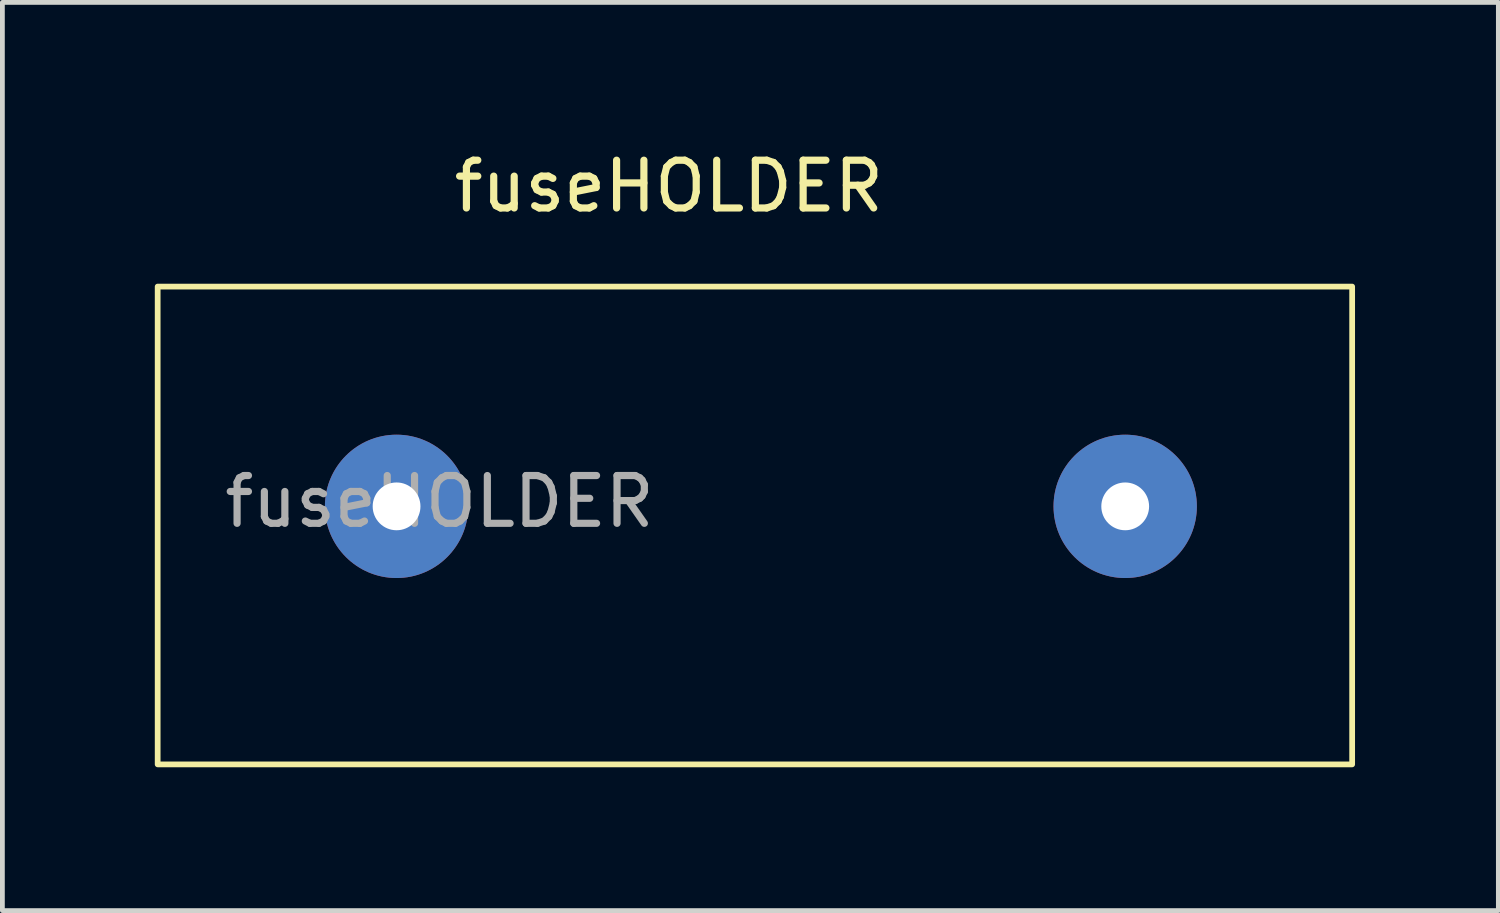
<source format=kicad_pcb>
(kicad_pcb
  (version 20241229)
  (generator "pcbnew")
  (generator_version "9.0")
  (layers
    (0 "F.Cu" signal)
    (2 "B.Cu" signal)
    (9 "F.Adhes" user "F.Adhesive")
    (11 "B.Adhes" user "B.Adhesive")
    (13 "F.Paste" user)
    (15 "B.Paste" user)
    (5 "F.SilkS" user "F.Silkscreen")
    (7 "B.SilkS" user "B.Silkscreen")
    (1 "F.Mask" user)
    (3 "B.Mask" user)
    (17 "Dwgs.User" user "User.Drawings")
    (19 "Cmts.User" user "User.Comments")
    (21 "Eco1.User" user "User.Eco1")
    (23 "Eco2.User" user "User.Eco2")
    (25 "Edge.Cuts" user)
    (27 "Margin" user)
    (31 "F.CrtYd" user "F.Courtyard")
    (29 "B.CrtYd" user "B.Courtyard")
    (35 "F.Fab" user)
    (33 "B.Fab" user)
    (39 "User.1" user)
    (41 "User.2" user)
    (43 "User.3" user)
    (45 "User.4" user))
  (footprint "fuseHOLDER"
    (layer "F.Cu")
    (at 0.25 7.548)
    (property "Reference" "fuseHOLDER" (at 10.7 -6.7 0) (unlocked yes) (layer "F.SilkS") (effects (font (size 1 1) (thickness 0.15))))
    (attr through_hole)
    (fp_rect (start 0 -4.6) (end 25 5.4) (stroke (width 0.12) (type solid)) (fill no) (layer "F.SilkS"))
    (fp_text user "${REFERENCE}" (at 5.9 -0.1 0) (layer "F.Fab") (effects (font (size 1 1) (thickness 0.15))))
    (pad "1" thru_hole circle (at 5 0) (size 3 3) (drill 1) (layers "*.Cu" "*.Mask"))
    (pad "2" thru_hole circle (at 20.25 0) (size 3 3) (drill 1) (layers "*.Cu" "*.Mask")))
  (gr_rect
    (start -3 -3)
    (end 28.31 16.008)
    (stroke (width 0.1) (type default))
    (fill no)
    (layer "Edge.Cuts")))
</source>
